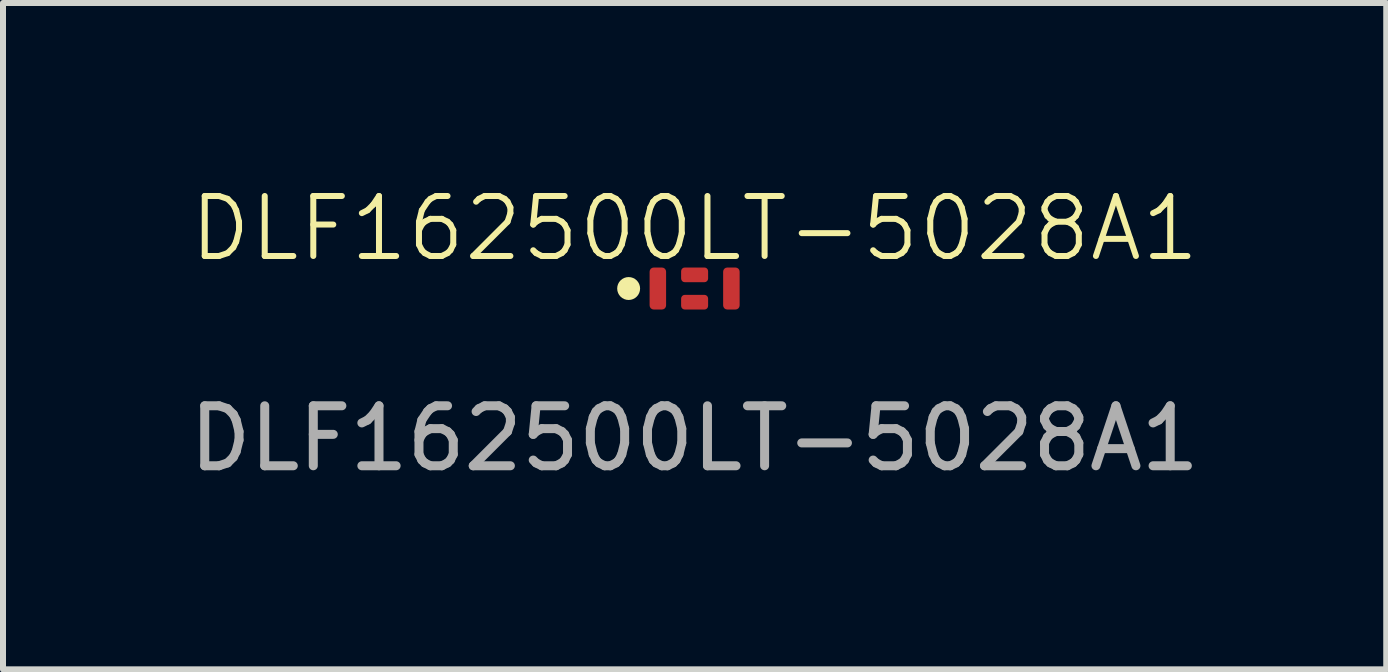
<source format=kicad_pcb>
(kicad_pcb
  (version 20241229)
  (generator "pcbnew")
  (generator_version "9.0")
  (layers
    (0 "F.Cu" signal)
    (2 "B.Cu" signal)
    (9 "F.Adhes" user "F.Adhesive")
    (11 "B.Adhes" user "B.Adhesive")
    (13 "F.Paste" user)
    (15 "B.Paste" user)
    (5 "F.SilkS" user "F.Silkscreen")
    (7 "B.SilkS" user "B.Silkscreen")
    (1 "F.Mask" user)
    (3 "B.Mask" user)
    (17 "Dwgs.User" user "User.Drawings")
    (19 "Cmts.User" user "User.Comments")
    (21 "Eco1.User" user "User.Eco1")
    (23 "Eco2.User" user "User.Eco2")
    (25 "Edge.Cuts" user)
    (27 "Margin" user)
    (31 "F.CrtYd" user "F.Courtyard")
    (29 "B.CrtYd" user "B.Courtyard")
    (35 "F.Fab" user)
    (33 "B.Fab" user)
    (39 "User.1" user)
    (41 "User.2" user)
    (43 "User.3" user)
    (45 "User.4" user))
  (footprint "DLF162500LT-5028A1"
    (layer "F.Cu")
    (at 8.53 1.76)
    (property "Reference" "DLF162500LT-5028A1" (at 0 -1 0) (unlocked yes) (layer "F.SilkS") (effects (font (size 1 1) (thickness 0.1))))
    (attr smd)
    (fp_circle (center -1.1 0) (end -0.959 0) (stroke (width 0.1) (type solid)) (fill yes) (layer "F.SilkS"))
    (fp_text user "${REFERENCE}" (at 0 2.5 0) (unlocked yes) (layer "F.Fab") (effects (font (size 1 1) (thickness 0.15))))
    (pad "1" smd roundrect (at -0.613 0) (size 0.275 0.7) (layers "F.Cu" "F.Mask" "F.Paste") (roundrect_rratio 0.25))
    (pad "2" smd roundrect (at 0 0.228) (size 0.45 0.245) (layers "F.Cu" "F.Mask" "F.Paste") (roundrect_rratio 0.25))
    (pad "3" smd roundrect (at 0.613 0) (size 0.275 0.7) (layers "F.Cu" "F.Mask" "F.Paste") (roundrect_rratio 0.25))
    (pad "4" smd roundrect (at 0 -0.228) (size 0.45 0.245) (layers "F.Cu" "F.Mask" "F.Paste") (roundrect_rratio 0.25)))
  (gr_rect
    (start -3 -3)
    (end 20.06 8.109)
    (stroke (width 0.1) (type default))
    (fill no)
    (layer "Edge.Cuts")))
</source>
